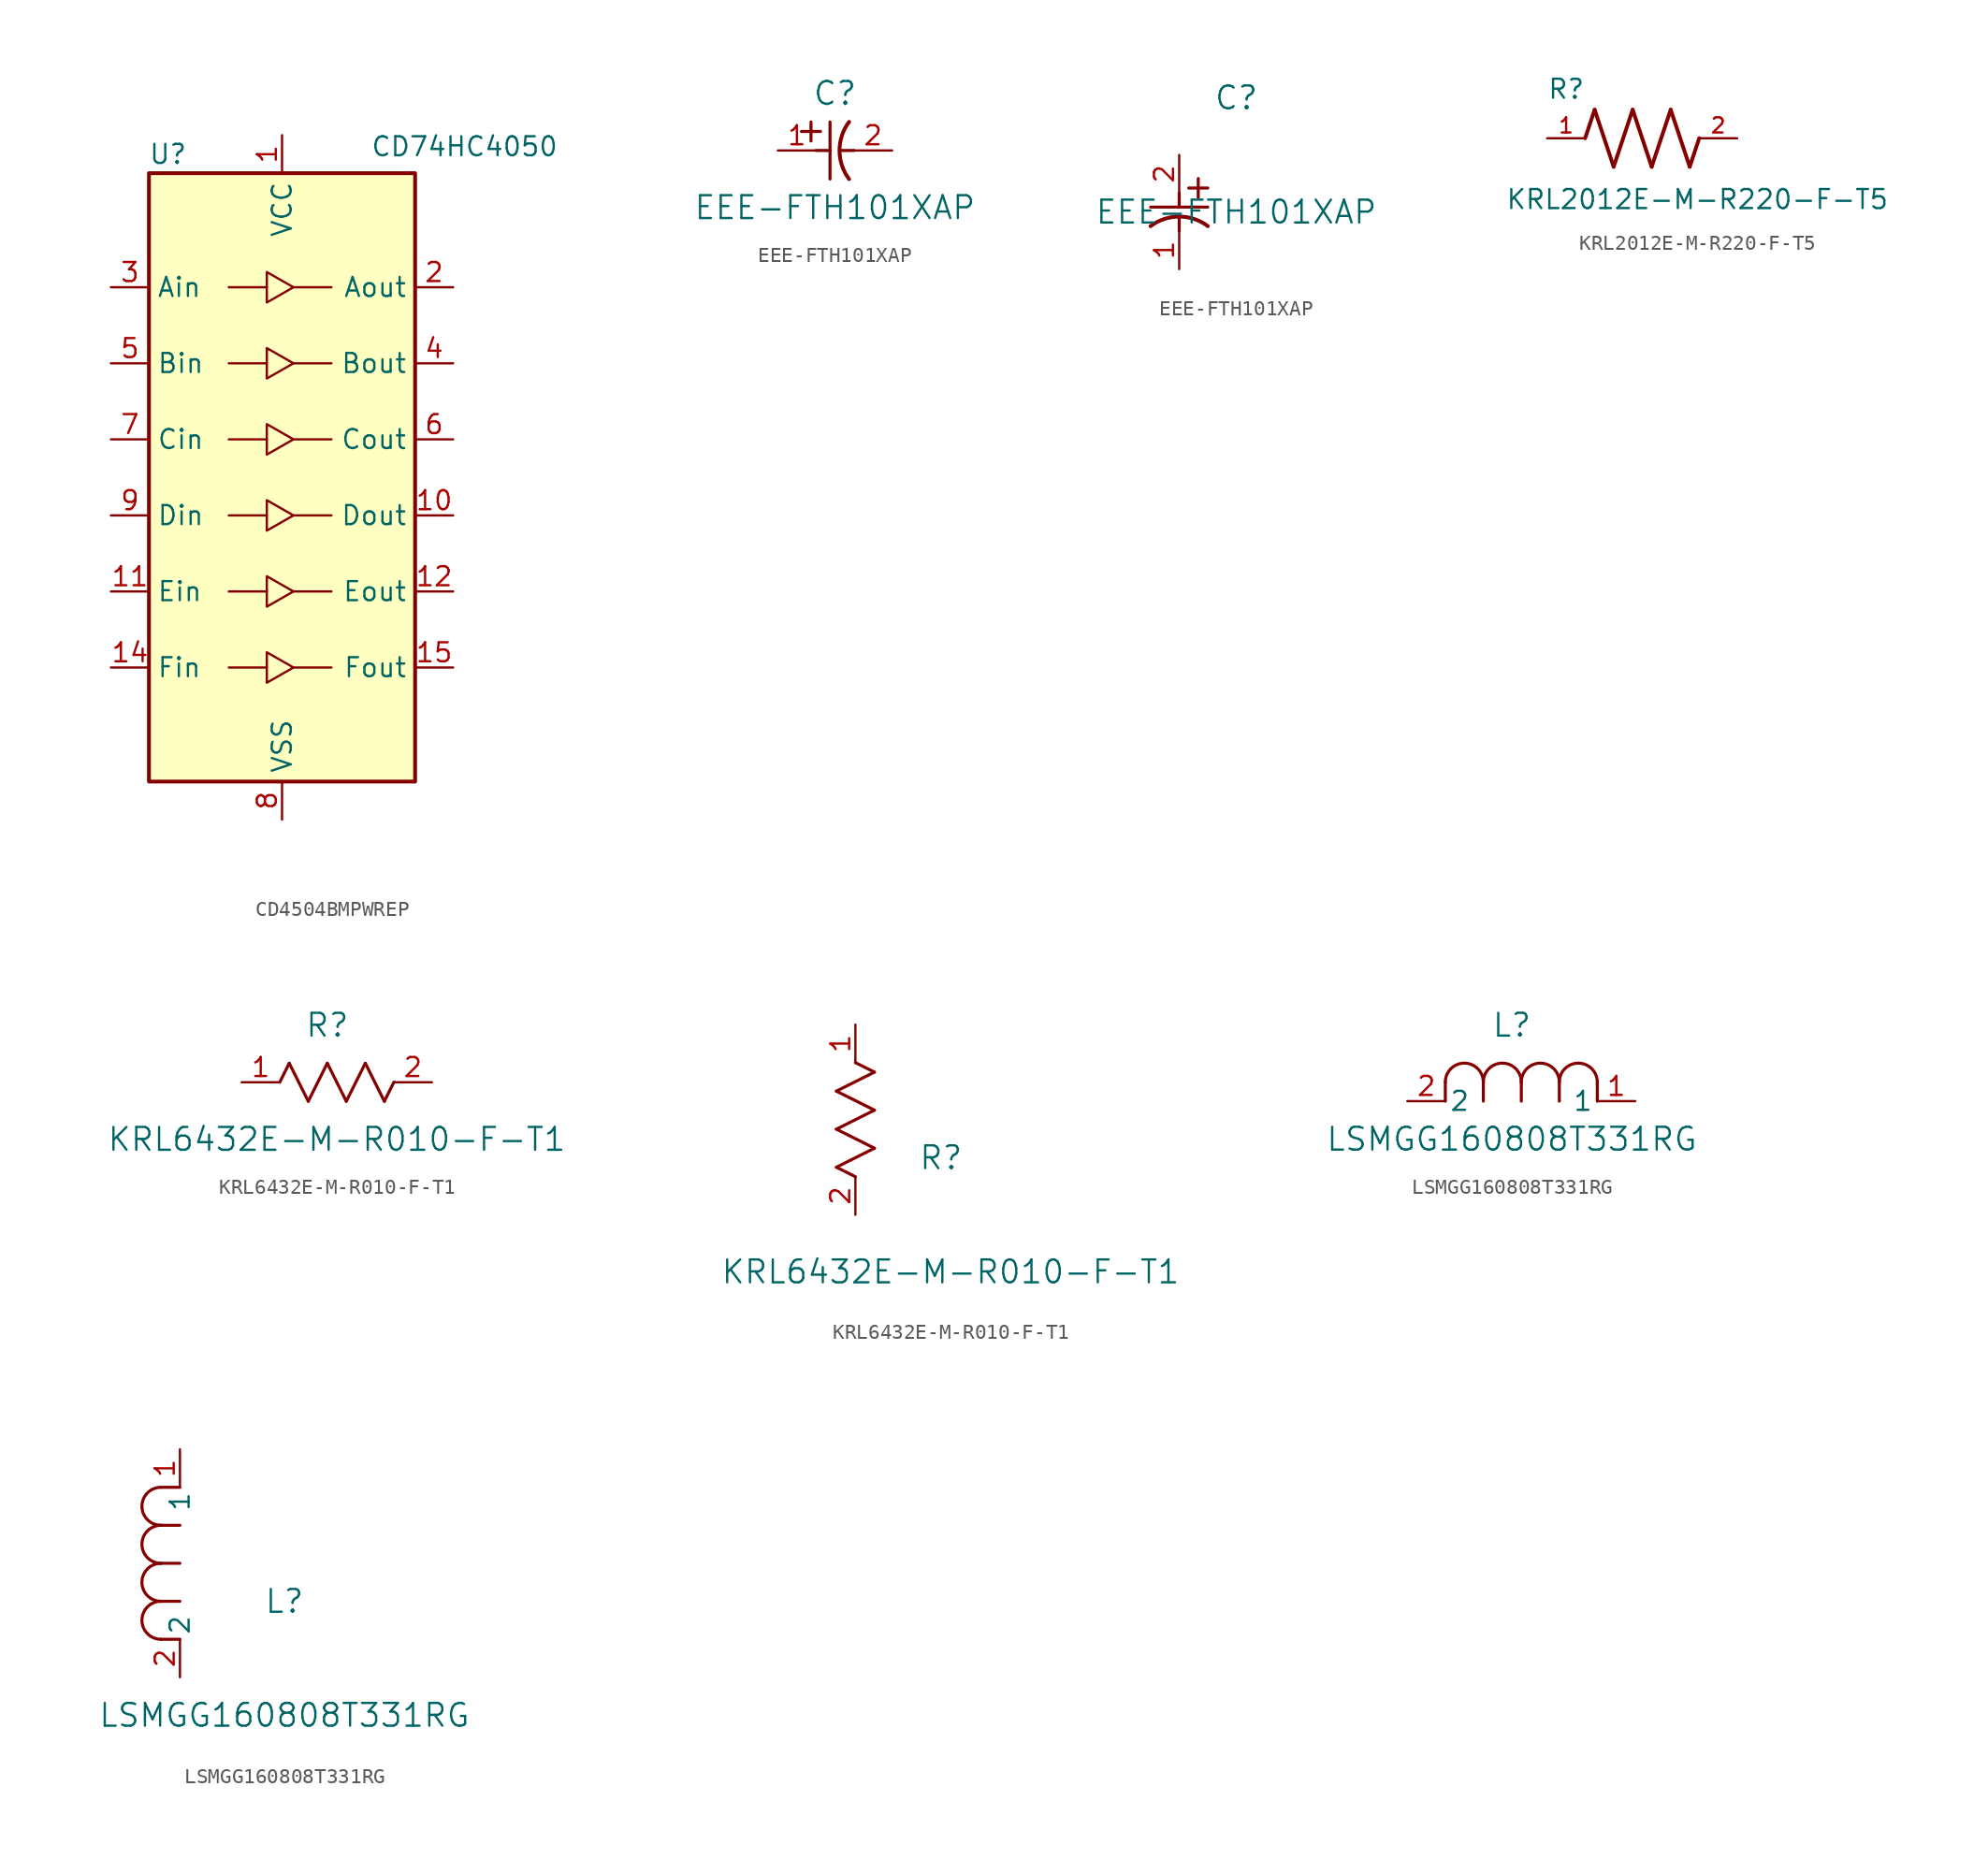
<source format=kicad_sym>
(kicad_symbol_lib
  (version 20241209)
  (generator "kicad_symbol_editor")
  (generator_version "9.0")
  (symbol "CD4504BMPWREP"
    (property "Reference" "U"
      (at -7.62 21.59 0)
      (effects (font (size 1.27 1.27))))
    (property "Value" "CD74HC4050"
      (at 12.192 22.098 0)
      (effects (font (size 1.27 1.27))))
    (symbol "CD4504BMPWREP_0_1"
      (polyline (pts (xy -3.556 12.7) (xy -1.016 12.7)) (stroke (width 0) (type default)) (fill (type none)))
      (polyline (pts (xy -3.556 7.62) (xy -1.016 7.62)) (stroke (width 0) (type default)) (fill (type none)))
      (polyline (pts (xy -3.556 2.54) (xy -1.016 2.54)) (stroke (width 0) (type default)) (fill (type none)))
      (polyline (pts (xy -3.556 -2.54) (xy -1.016 -2.54)) (stroke (width 0) (type default)) (fill (type none)))
      (polyline (pts (xy -3.556 -7.62) (xy -1.016 -7.62)) (stroke (width 0) (type default)) (fill (type none)))
      (polyline (pts (xy -3.556 -12.7) (xy -1.016 -12.7)) (stroke (width 0) (type default)) (fill (type none)))
      (polyline (pts (xy 0.762 12.7) (xy 3.302 12.7)) (stroke (width 0) (type default)) (fill (type none)))
      (polyline (pts (xy 0.762 7.62) (xy 3.302 7.62)) (stroke (width 0) (type default)) (fill (type none)))
      (polyline (pts (xy 0.762 2.54) (xy 3.302 2.54)) (stroke (width 0) (type default)) (fill (type none)))
      (polyline (pts (xy 0.762 -2.54) (xy 3.302 -2.54)) (stroke (width 0) (type default)) (fill (type none)))
      (polyline (pts (xy 0.762 -7.62) (xy 3.302 -7.62)) (stroke (width 0) (type default)) (fill (type none)))
      (polyline (pts (xy 0.762 -12.7) (xy 3.302 -12.7)) (stroke (width 0) (type default)) (fill (type none))))
    (symbol "CD4504BMPWREP_1_1"
      (rectangle (start -8.89 20.32) (end 8.89 -20.32) (stroke (width 0.254) (type default)) (fill (type background)))
      (polyline (pts (xy 0.762 12.7) (xy -1.016 11.684) (xy -1.016 13.716) (xy 0.762 12.7)) (stroke (width 0) (type default)) (fill (type none)))
      (polyline (pts (xy 0.762 7.62) (xy -1.016 6.604) (xy -1.016 8.636) (xy 0.762 7.62)) (stroke (width 0) (type default)) (fill (type none)))
      (polyline (pts (xy 0.762 2.54) (xy -1.016 1.524) (xy -1.016 3.556) (xy 0.762 2.54)) (stroke (width 0) (type default)) (fill (type none)))
      (polyline (pts (xy 0.762 -2.54) (xy -1.016 -3.556) (xy -1.016 -1.524) (xy 0.762 -2.54)) (stroke (width 0) (type default)) (fill (type none)))
      (polyline (pts (xy 0.762 -7.62) (xy -1.016 -8.636) (xy -1.016 -6.604) (xy 0.762 -7.62)) (stroke (width 0) (type default)) (fill (type none)))
      (polyline (pts (xy 0.762 -12.7) (xy -1.016 -13.716) (xy -1.016 -11.684) (xy 0.762 -12.7)) (stroke (width 0) (type default)) (fill (type none)))
      (pin input line (at -11.43 12.7 0) (length 2.54) (name "Ain" (effects (font (size 1.27 1.27)))) (number "3" (effects (font (size 1.27 1.27)))))
      (pin input line (at -11.43 7.62 0) (length 2.54) (name "Bin" (effects (font (size 1.27 1.27)))) (number "5" (effects (font (size 1.27 1.27)))))
      (pin input line (at -11.43 2.54 0) (length 2.54) (name "Cin" (effects (font (size 1.27 1.27)))) (number "7" (effects (font (size 1.27 1.27)))))
      (pin input line (at -11.43 -2.54 0) (length 2.54) (name "Din" (effects (font (size 1.27 1.27)))) (number "9" (effects (font (size 1.27 1.27)))))
      (pin input line (at -11.43 -7.62 0) (length 2.54) (name "Ein" (effects (font (size 1.27 1.27)))) (number "11" (effects (font (size 1.27 1.27)))))
      (pin input line (at -11.43 -12.7 0) (length 2.54) (name "Fin" (effects (font (size 1.27 1.27)))) (number "14" (effects (font (size 1.27 1.27)))))
      (pin power_in line (at 0 22.86 270) (length 2.54) (name "VCC" (effects (font (size 1.27 1.27)))) (number "1" (effects (font (size 1.27 1.27)))))
      (pin power_in line (at 0 -22.86 90) (length 2.54) (name "VSS" (effects (font (size 1.27 1.27)))) (number "8" (effects (font (size 1.27 1.27)))))
      (pin output line (at 11.43 12.7 180) (length 2.54) (name "Aout" (effects (font (size 1.27 1.27)))) (number "2" (effects (font (size 1.27 1.27)))))
      (pin output line (at 11.43 7.62 180) (length 2.54) (name "Bout" (effects (font (size 1.27 1.27)))) (number "4" (effects (font (size 1.27 1.27)))))
      (pin output line (at 11.43 2.54 180) (length 2.54) (name "Cout" (effects (font (size 1.27 1.27)))) (number "6" (effects (font (size 1.27 1.27)))))
      (pin output line (at 11.43 -2.54 180) (length 2.54) (name "Dout" (effects (font (size 1.27 1.27)))) (number "10" (effects (font (size 1.27 1.27)))))
      (pin output line (at 11.43 -7.62 180) (length 2.54) (name "Eout" (effects (font (size 1.27 1.27)))) (number "12" (effects (font (size 1.27 1.27)))))
      (pin output line (at 11.43 -12.7 180) (length 2.54) (name "Fout" (effects (font (size 1.27 1.27)))) (number "15" (effects (font (size 1.27 1.27)))))))
  (symbol "EEE-FTH101XAP"
    (pin_names
      (offset 0.254))
    (property "Reference" "C"
      (at 3.81 3.81 0)
      (effects (font (size 1.524 1.524))))
    (property "Value" "EEE-FTH101XAP"
      (at 3.81 -3.81 0)
      (effects (font (size 1.524 1.524))))
    (property "ki_locked" ""
      (at 0 0 0)
      (effects (font (size 1.27 1.27))))
    (symbol "EEE-FTH101XAP_1_1"
      (polyline (pts (xy 1.575 1.27) (xy 2.845 1.27)) (stroke (width 0.203) (type default)) (fill (type none)))
      (polyline (pts (xy 2.21 0.635) (xy 2.21 1.905)) (stroke (width 0.203) (type default)) (fill (type none)))
      (polyline (pts (xy 2.54 0) (xy 3.48 0)) (stroke (width 0.203) (type default)) (fill (type none)))
      (polyline (pts (xy 3.48 -1.905) (xy 3.48 1.905)) (stroke (width 0.203) (type default)) (fill (type none)))
      (polyline (pts (xy 4.115 0) (xy 5.08 0)) (stroke (width 0.203) (type default)) (fill (type none)))
      (arc (start 4.7541 -1.9108) (mid 4.1148 0) (end 4.7541 1.9108) (stroke (width 0.254) (type default)) (fill (type none)))
      (pin unspecified line (at 0 0 0) (length 2.54) (name "" (effects (font (size 1.27 1.27)))) (number "1" (effects (font (size 1.27 1.27)))))
      (pin unspecified line (at 7.62 0 180) (length 2.54) (name "" (effects (font (size 1.27 1.27)))) (number "2" (effects (font (size 1.27 1.27))))))
    (symbol "EEE-FTH101XAP_1_2"
      (polyline (pts (xy -1.905 -3.48) (xy 1.905 -3.48)) (stroke (width 0.203) (type default)) (fill (type none)))
      (polyline (pts (xy 0 -2.54) (xy 0 -3.48)) (stroke (width 0.203) (type default)) (fill (type none)))
      (polyline (pts (xy 0 -4.115) (xy 0 -5.08)) (stroke (width 0.203) (type default)) (fill (type none)))
      (arc (start -1.9108 -4.7541) (mid 0 -4.1148) (end 1.9108 -4.7541) (stroke (width 0.254) (type default)) (fill (type none)))
      (polyline (pts (xy 0.635 -2.21) (xy 1.905 -2.21)) (stroke (width 0.203) (type default)) (fill (type none)))
      (polyline (pts (xy 1.27 -1.575) (xy 1.27 -2.845)) (stroke (width 0.203) (type default)) (fill (type none)))
      (pin unspecified line (at 0 0 270) (length 2.54) (name "" (effects (font (size 1.27 1.27)))) (number "2" (effects (font (size 1.27 1.27)))))
      (pin unspecified line (at 0 -7.62 90) (length 2.54) (name "" (effects (font (size 1.27 1.27)))) (number "1" (effects (font (size 1.27 1.27)))))))
  (symbol "KRL2012E-M-R220-F-T5"
    (pin_names
      (offset 1.016))
    (property "Reference" "R"
      (at -7.624 2.542 0)
      (effects (font (size 1.27 1.27)) (justify left bottom)))
    (property "Value" "KRL2012E-M-R220-F-T5"
      (at -10.414 -4.826 0)
      (effects (font (size 1.27 1.27)) (justify left bottom)))
    (symbol "KRL2012E-M-R220-F-T5_0_0"
      (polyline (pts (xy -5.08 0) (xy -4.445 1.905)) (stroke (width 0.254) (type default)) (fill (type none)))
      (polyline (pts (xy -4.445 1.905) (xy -3.175 -1.905)) (stroke (width 0.254) (type default)) (fill (type none)))
      (polyline (pts (xy -3.175 -1.905) (xy -1.905 1.905)) (stroke (width 0.254) (type default)) (fill (type none)))
      (polyline (pts (xy -1.905 1.905) (xy -0.635 -1.905)) (stroke (width 0.254) (type default)) (fill (type none)))
      (polyline (pts (xy -0.635 -1.905) (xy 0.635 1.905)) (stroke (width 0.254) (type default)) (fill (type none)))
      (polyline (pts (xy 0.635 1.905) (xy 1.905 -1.905)) (stroke (width 0.254) (type default)) (fill (type none)))
      (polyline (pts (xy 1.905 -1.905) (xy 2.54 0)) (stroke (width 0.254) (type default)) (fill (type none))))
    (symbol "KRL2012E-M-R220-F-T5_1_0"
      (pin passive line (at -7.62 0 0) (length 2.54) (name "~" (effects (font (size 1.016 1.016)))) (number "1" (effects (font (size 1.016 1.016)))))
      (pin passive line (at 5.08 0 180) (length 2.54) (name "~" (effects (font (size 1.016 1.016)))) (number "2" (effects (font (size 1.016 1.016)))))))
  (symbol "KRL6432E-M-R010-F-T1"
    (pin_names
      (offset 0.254))
    (property "Reference" "R"
      (at 5.715 3.81 0)
      (effects (font (size 1.524 1.524))))
    (property "Value" "KRL6432E-M-R010-F-T1"
      (at 6.35 -3.81 0)
      (effects (font (size 1.524 1.524))))
    (symbol "KRL6432E-M-R010-F-T1_1_1"
      (polyline (pts (xy 2.54 0) (xy 3.175 1.27)) (stroke (width 0.203) (type default)) (fill (type none)))
      (polyline (pts (xy 3.175 1.27) (xy 4.445 -1.27)) (stroke (width 0.203) (type default)) (fill (type none)))
      (polyline (pts (xy 4.445 -1.27) (xy 5.715 1.27)) (stroke (width 0.203) (type default)) (fill (type none)))
      (polyline (pts (xy 5.715 1.27) (xy 6.985 -1.27)) (stroke (width 0.203) (type default)) (fill (type none)))
      (polyline (pts (xy 6.985 -1.27) (xy 8.255 1.27)) (stroke (width 0.203) (type default)) (fill (type none)))
      (polyline (pts (xy 8.255 1.27) (xy 9.525 -1.27)) (stroke (width 0.203) (type default)) (fill (type none)))
      (polyline (pts (xy 9.525 -1.27) (xy 10.16 0)) (stroke (width 0.203) (type default)) (fill (type none)))
      (pin passive line (at 0 0 0) (length 2.54) (name "" (effects (font (size 1.27 1.27)))) (number "1" (effects (font (size 1.27 1.27)))))
      (pin passive line (at 12.7 0 180) (length 2.54) (name "" (effects (font (size 1.27 1.27)))) (number "2" (effects (font (size 1.27 1.27))))))
    (symbol "KRL6432E-M-R010-F-T1_1_2"
      (polyline (pts (xy -1.27 8.255) (xy 1.27 9.525)) (stroke (width 0.203) (type default)) (fill (type none)))
      (polyline (pts (xy -1.27 5.715) (xy 1.27 6.985)) (stroke (width 0.203) (type default)) (fill (type none)))
      (polyline (pts (xy -1.27 3.175) (xy 1.27 4.445)) (stroke (width 0.203) (type default)) (fill (type none)))
      (polyline (pts (xy 0 2.54) (xy -1.27 3.175)) (stroke (width 0.203) (type default)) (fill (type none)))
      (polyline (pts (xy 1.27 9.525) (xy 0 10.16)) (stroke (width 0.203) (type default)) (fill (type none)))
      (polyline (pts (xy 1.27 6.985) (xy -1.27 8.255)) (stroke (width 0.203) (type default)) (fill (type none)))
      (polyline (pts (xy 1.27 4.445) (xy -1.27 5.715)) (stroke (width 0.203) (type default)) (fill (type none)))
      (pin unspecified line (at 0 12.7 270) (length 2.54) (name "" (effects (font (size 1.27 1.27)))) (number "1" (effects (font (size 1.27 1.27)))))
      (pin unspecified line (at 0 0 90) (length 2.54) (name "" (effects (font (size 1.27 1.27)))) (number "2" (effects (font (size 1.27 1.27)))))))
  (symbol "LSMGG160808T331RG"
    (pin_names
      (offset 0.254))
    (property "Reference" "L"
      (at 6.985 5.08 0)
      (effects (font (size 1.524 1.524))))
    (property "Value" "LSMGG160808T331RG"
      (at 6.985 -2.54 0)
      (effects (font (size 1.524 1.524))))
    (symbol "LSMGG160808T331RG_1_1"
      (polyline (pts (xy 2.54 0) (xy 2.54 1.27)) (stroke (width 0.203) (type default)) (fill (type none)))
      (arc (start 2.54 1.27) (mid 3.81 2.5344) (end 5.08 1.27) (stroke (width 0.2032) (type default)) (fill (type none)))
      (polyline (pts (xy 5.08 0) (xy 5.08 1.27)) (stroke (width 0.203) (type default)) (fill (type none)))
      (arc (start 5.08 1.27) (mid 6.35 2.5344) (end 7.62 1.27) (stroke (width 0.2032) (type default)) (fill (type none)))
      (polyline (pts (xy 7.62 0) (xy 7.62 1.27)) (stroke (width 0.203) (type default)) (fill (type none)))
      (arc (start 7.62 1.27) (mid 8.89 2.5344) (end 10.16 1.27) (stroke (width 0.2032) (type default)) (fill (type none)))
      (polyline (pts (xy 10.16 0) (xy 10.16 1.27)) (stroke (width 0.203) (type default)) (fill (type none)))
      (arc (start 10.16 1.27) (mid 11.43 2.5344) (end 12.7 1.27) (stroke (width 0.2032) (type default)) (fill (type none)))
      (polyline (pts (xy 12.7 0) (xy 12.7 1.27)) (stroke (width 0.203) (type default)) (fill (type none)))
      (pin unspecified line (at 0 0 0) (length 2.54) (name "2" (effects (font (size 1.27 1.27)))) (number "2" (effects (font (size 1.27 1.27)))))
      (pin unspecified line (at 15.24 0 180) (length 2.54) (name "1" (effects (font (size 1.27 1.27)))) (number "1" (effects (font (size 1.27 1.27))))))
    (symbol "LSMGG160808T331RG_1_2"
      (arc (start -1.27 10.16) (mid -2.5344 11.43) (end -1.27 12.7) (stroke (width 0.2032) (type default)) (fill (type none)))
      (arc (start -1.27 7.62) (mid -2.5344 8.89) (end -1.27 10.16) (stroke (width 0.2032) (type default)) (fill (type none)))
      (arc (start -1.27 5.08) (mid -2.5344 6.35) (end -1.27 7.62) (stroke (width 0.2032) (type default)) (fill (type none)))
      (arc (start -1.27 2.54) (mid -2.5344 3.81) (end -1.27 5.08) (stroke (width 0.2032) (type default)) (fill (type none)))
      (polyline (pts (xy 0 12.7) (xy -1.27 12.7)) (stroke (width 0.203) (type default)) (fill (type none)))
      (polyline (pts (xy 0 10.16) (xy -1.27 10.16)) (stroke (width 0.203) (type default)) (fill (type none)))
      (polyline (pts (xy 0 7.62) (xy -1.27 7.62)) (stroke (width 0.203) (type default)) (fill (type none)))
      (polyline (pts (xy 0 5.08) (xy -1.27 5.08)) (stroke (width 0.203) (type default)) (fill (type none)))
      (polyline (pts (xy 0 2.54) (xy -1.27 2.54)) (stroke (width 0.203) (type default)) (fill (type none)))
      (pin unspecified line (at 0 15.24 270) (length 2.54) (name "1" (effects (font (size 1.27 1.27)))) (number "1" (effects (font (size 1.27 1.27)))))
      (pin unspecified line (at 0 0 90) (length 2.54) (name "2" (effects (font (size 1.27 1.27)))) (number "2" (effects (font (size 1.27 1.27))))))))
</source>
